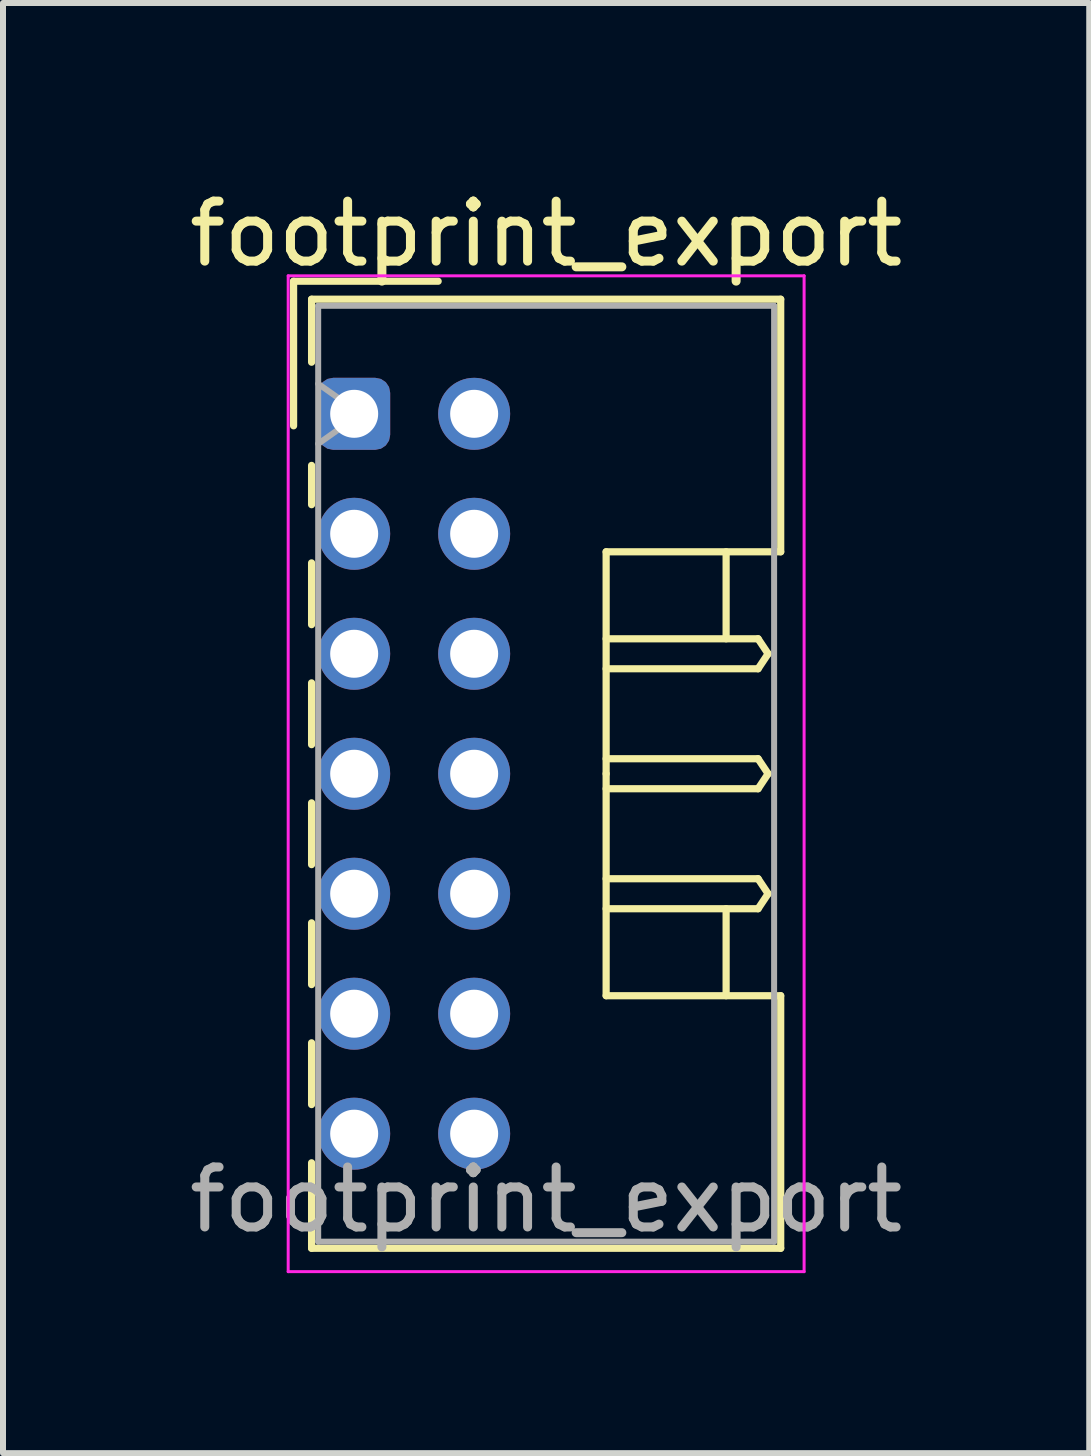
<source format=kicad_pcb>
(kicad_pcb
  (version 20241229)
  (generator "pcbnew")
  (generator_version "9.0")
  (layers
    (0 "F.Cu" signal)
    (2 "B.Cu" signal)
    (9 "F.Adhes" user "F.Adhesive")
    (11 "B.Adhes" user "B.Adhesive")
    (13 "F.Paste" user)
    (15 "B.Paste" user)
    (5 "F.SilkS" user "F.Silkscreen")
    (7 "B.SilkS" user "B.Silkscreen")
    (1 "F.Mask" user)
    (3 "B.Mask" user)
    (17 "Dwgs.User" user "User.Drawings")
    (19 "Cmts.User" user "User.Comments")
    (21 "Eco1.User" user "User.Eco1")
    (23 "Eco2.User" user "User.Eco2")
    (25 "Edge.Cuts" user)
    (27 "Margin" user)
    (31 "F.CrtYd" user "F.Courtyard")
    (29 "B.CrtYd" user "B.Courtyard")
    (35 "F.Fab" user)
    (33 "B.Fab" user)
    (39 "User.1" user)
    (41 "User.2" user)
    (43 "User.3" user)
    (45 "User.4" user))
  (footprint "footprint_export"
    (layer "F.Cu")
    (at 2.854 3.848)
    (property "Reference" "footprint_export" (at 3.2 -3 0) (layer "F.SilkS") (effects (font (size 1 1) (thickness 0.15))))
    (attr through_hole)
    (fp_line (start -1.01 -2.21) (end -1.01 0.2) (stroke (width 0.12) (type solid)) (layer "F.SilkS"))
    (fp_line (start -0.71 -1.91) (end -0.71 -0.86) (stroke (width 0.12) (type solid)) (layer "F.SilkS"))
    (fp_line (start -0.71 -1.91) (end 7.11 -1.91) (stroke (width 0.12) (type solid)) (layer "F.SilkS"))
    (fp_line (start -0.71 0.86) (end -0.71 1.515) (stroke (width 0.12) (type solid)) (layer "F.SilkS"))
    (fp_line (start -0.71 2.485) (end -0.71 3.515) (stroke (width 0.12) (type solid)) (layer "F.SilkS"))
    (fp_line (start -0.71 4.485) (end -0.71 5.515) (stroke (width 0.12) (type solid)) (layer "F.SilkS"))
    (fp_line (start -0.71 6.485) (end -0.71 7.515) (stroke (width 0.12) (type solid)) (layer "F.SilkS"))
    (fp_line (start -0.71 8.485) (end -0.71 9.515) (stroke (width 0.12) (type solid)) (layer "F.SilkS"))
    (fp_line (start -0.71 10.485) (end -0.71 11.515) (stroke (width 0.12) (type solid)) (layer "F.SilkS"))
    (fp_line (start -0.71 12.485) (end -0.71 13.91) (stroke (width 0.12) (type solid)) (layer "F.SilkS"))
    (fp_line (start -0.71 13.91) (end 7.11 13.91) (stroke (width 0.12) (type solid)) (layer "F.SilkS"))
    (fp_line (start 1.4 -2.21) (end -1.01 -2.21) (stroke (width 0.12) (type solid)) (layer "F.SilkS"))
    (fp_line (start 4.2 2.3) (end 4.2 6) (stroke (width 0.12) (type solid)) (layer "F.SilkS"))
    (fp_line (start 4.2 3.75) (end 6.733 3.75) (stroke (width 0.12) (type solid)) (layer "F.SilkS"))
    (fp_line (start 4.2 5.75) (end 6.733 5.75) (stroke (width 0.12) (type solid)) (layer "F.SilkS"))
    (fp_line (start 4.2 7.75) (end 6.733 7.75) (stroke (width 0.12) (type solid)) (layer "F.SilkS"))
    (fp_line (start 4.2 9.7) (end 4.2 6) (stroke (width 0.12) (type solid)) (layer "F.SilkS"))
    (fp_line (start 6.2 2.3) (end 6.2 3.75) (stroke (width 0.12) (type solid)) (layer "F.SilkS"))
    (fp_line (start 6.2 9.7) (end 6.2 8.25) (stroke (width 0.12) (type solid)) (layer "F.SilkS"))
    (fp_line (start 6.733 3.75) (end 6.9 4) (stroke (width 0.12) (type solid)) (layer "F.SilkS"))
    (fp_line (start 6.733 4.25) (end 4.2 4.25) (stroke (width 0.12) (type solid)) (layer "F.SilkS"))
    (fp_line (start 6.733 5.75) (end 6.9 6) (stroke (width 0.12) (type solid)) (layer "F.SilkS"))
    (fp_line (start 6.733 6.25) (end 4.2 6.25) (stroke (width 0.12) (type solid)) (layer "F.SilkS"))
    (fp_line (start 6.733 7.75) (end 6.9 8) (stroke (width 0.12) (type solid)) (layer "F.SilkS"))
    (fp_line (start 6.733 8.25) (end 4.2 8.25) (stroke (width 0.12) (type solid)) (layer "F.SilkS"))
    (fp_line (start 6.9 4) (end 6.733 4.25) (stroke (width 0.12) (type solid)) (layer "F.SilkS"))
    (fp_line (start 6.9 6) (end 6.733 6.25) (stroke (width 0.12) (type solid)) (layer "F.SilkS"))
    (fp_line (start 6.9 8) (end 6.733 8.25) (stroke (width 0.12) (type solid)) (layer "F.SilkS"))
    (fp_line (start 7.11 -1.91) (end 7.11 2.3) (stroke (width 0.12) (type solid)) (layer "F.SilkS"))
    (fp_line (start 7.11 2.3) (end 4.2 2.3) (stroke (width 0.12) (type solid)) (layer "F.SilkS"))
    (fp_line (start 7.11 9.7) (end 4.2 9.7) (stroke (width 0.12) (type solid)) (layer "F.SilkS"))
    (fp_line (start 7.11 13.91) (end 7.11 9.7) (stroke (width 0.12) (type solid)) (layer "F.SilkS"))
    (fp_line (start -1.1 -2.3) (end -1.1 14.3) (stroke (width 0.05) (type solid)) (layer "F.CrtYd"))
    (fp_line (start -1.1 14.3) (end 7.5 14.3) (stroke (width 0.05) (type solid)) (layer "F.CrtYd"))
    (fp_line (start 7.5 -2.3) (end -1.1 -2.3) (stroke (width 0.05) (type solid)) (layer "F.CrtYd"))
    (fp_line (start 7.5 14.3) (end 7.5 -2.3) (stroke (width 0.05) (type solid)) (layer "F.CrtYd"))
    (fp_line (start -0.6 -1.8) (end -0.6 13.8) (stroke (width 0.1) (type solid)) (layer "F.Fab"))
    (fp_line (start -0.6 0.5) (end 0.107 0) (stroke (width 0.1) (type solid)) (layer "F.Fab"))
    (fp_line (start -0.6 13.8) (end 7 13.8) (stroke (width 0.1) (type solid)) (layer "F.Fab"))
    (fp_line (start 0.107 0) (end -0.6 -0.5) (stroke (width 0.1) (type solid)) (layer "F.Fab"))
    (fp_line (start 7 -1.8) (end -0.6 -1.8) (stroke (width 0.1) (type solid)) (layer "F.Fab"))
    (fp_line (start 7 13.8) (end 7 -1.8) (stroke (width 0.1) (type solid)) (layer "F.Fab"))
    (fp_text user "${REFERENCE}" (at 3.2 13.1 0) (layer "F.Fab") (effects (font (size 1 1) (thickness 0.15))))
    (pad "a1" thru_hole roundrect (at 0 0) (size 1.2 1.2) (drill 0.8) (layers "*.Cu" "*.Mask") (roundrect_rratio 0.208))
    (pad "a2" thru_hole circle (at 0 2) (size 1.2 1.2) (drill 0.8) (layers "*.Cu" "*.Mask"))
    (pad "a3" thru_hole circle (at 0 4) (size 1.2 1.2) (drill 0.8) (layers "*.Cu" "*.Mask"))
    (pad "a4" thru_hole circle (at 0 6) (size 1.2 1.2) (drill 0.8) (layers "*.Cu" "*.Mask"))
    (pad "a5" thru_hole circle (at 0 8) (size 1.2 1.2) (drill 0.8) (layers "*.Cu" "*.Mask"))
    (pad "a6" thru_hole circle (at 0 10) (size 1.2 1.2) (drill 0.8) (layers "*.Cu" "*.Mask"))
    (pad "a7" thru_hole circle (at 0 12) (size 1.2 1.2) (drill 0.8) (layers "*.Cu" "*.Mask"))
    (pad "b1" thru_hole circle (at 2 0) (size 1.2 1.2) (drill 0.8) (layers "*.Cu" "*.Mask"))
    (pad "b2" thru_hole circle (at 2 2) (size 1.2 1.2) (drill 0.8) (layers "*.Cu" "*.Mask"))
    (pad "b3" thru_hole circle (at 2 4) (size 1.2 1.2) (drill 0.8) (layers "*.Cu" "*.Mask"))
    (pad "b4" thru_hole circle (at 2 6) (size 1.2 1.2) (drill 0.8) (layers "*.Cu" "*.Mask"))
    (pad "b5" thru_hole circle (at 2 8) (size 1.2 1.2) (drill 0.8) (layers "*.Cu" "*.Mask"))
    (pad "b6" thru_hole circle (at 2 10) (size 1.2 1.2) (drill 0.8) (layers "*.Cu" "*.Mask"))
    (pad "b7" thru_hole circle (at 2 12) (size 1.2 1.2) (drill 0.8) (layers "*.Cu" "*.Mask")))
  (gr_rect
    (start -3 -3)
    (end 15.107 21.173)
    (stroke (width 0.1) (type default))
    (fill no)
    (layer "Edge.Cuts")))
</source>
